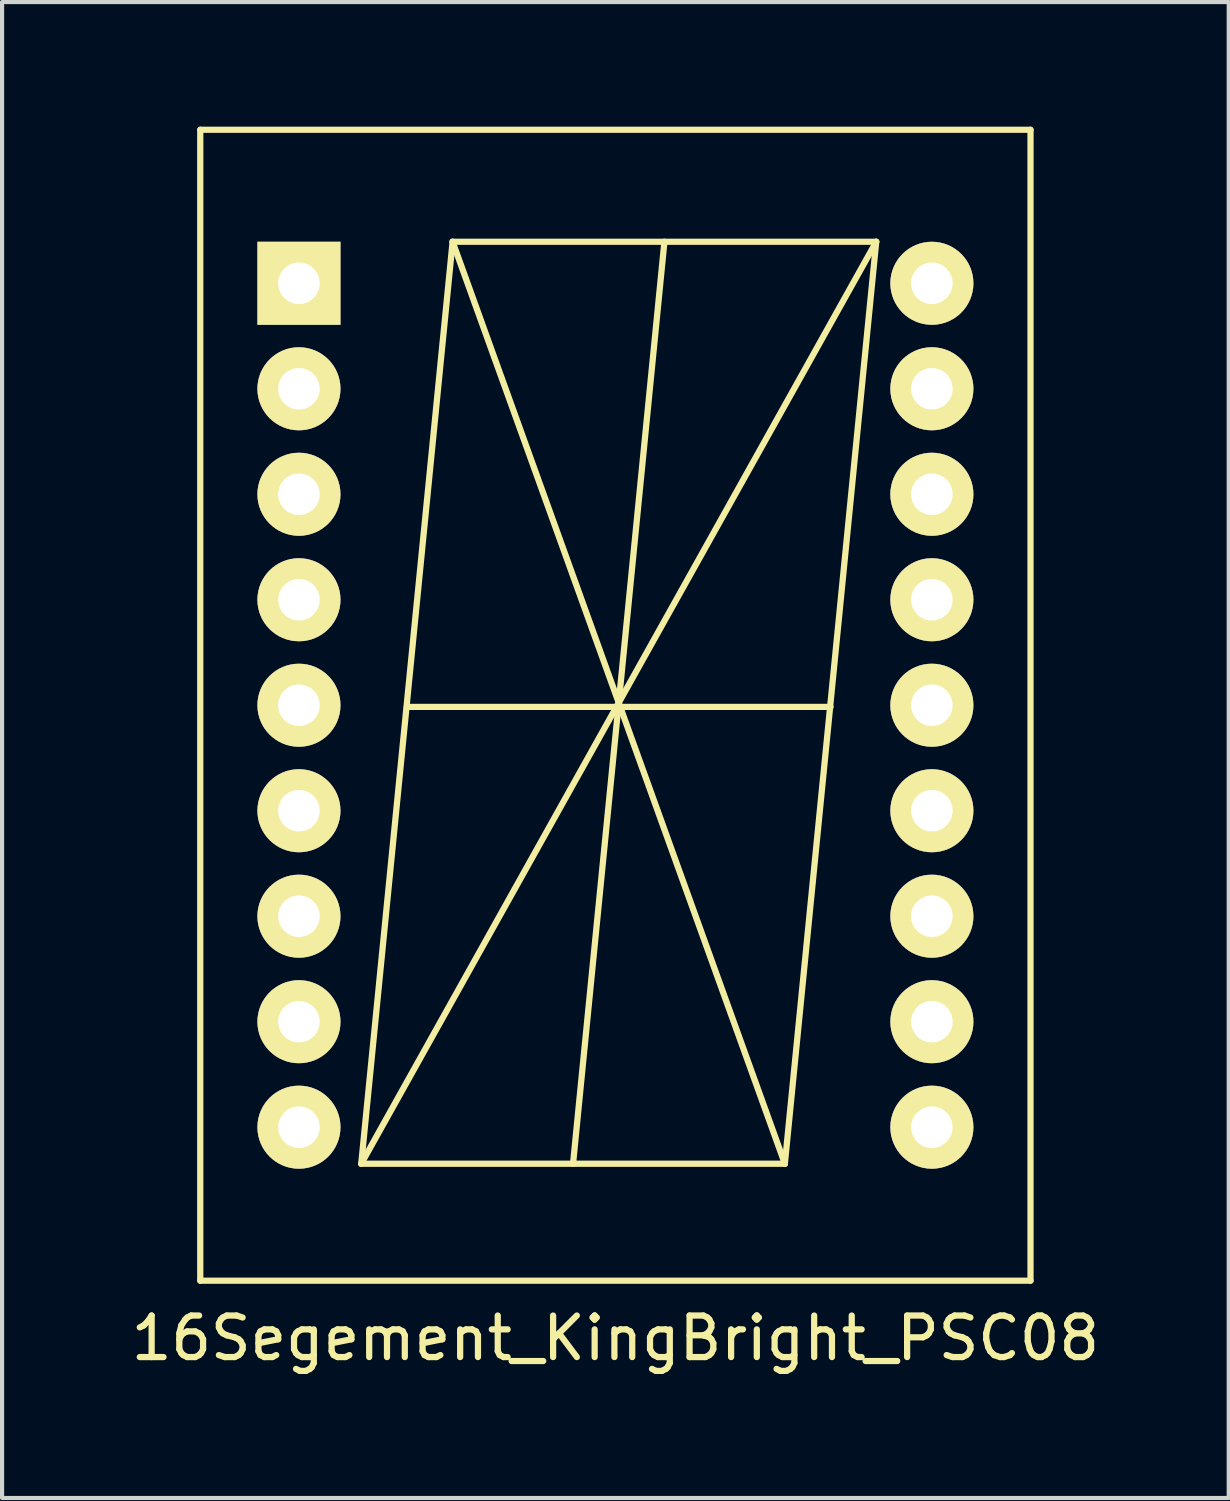
<source format=kicad_pcb>
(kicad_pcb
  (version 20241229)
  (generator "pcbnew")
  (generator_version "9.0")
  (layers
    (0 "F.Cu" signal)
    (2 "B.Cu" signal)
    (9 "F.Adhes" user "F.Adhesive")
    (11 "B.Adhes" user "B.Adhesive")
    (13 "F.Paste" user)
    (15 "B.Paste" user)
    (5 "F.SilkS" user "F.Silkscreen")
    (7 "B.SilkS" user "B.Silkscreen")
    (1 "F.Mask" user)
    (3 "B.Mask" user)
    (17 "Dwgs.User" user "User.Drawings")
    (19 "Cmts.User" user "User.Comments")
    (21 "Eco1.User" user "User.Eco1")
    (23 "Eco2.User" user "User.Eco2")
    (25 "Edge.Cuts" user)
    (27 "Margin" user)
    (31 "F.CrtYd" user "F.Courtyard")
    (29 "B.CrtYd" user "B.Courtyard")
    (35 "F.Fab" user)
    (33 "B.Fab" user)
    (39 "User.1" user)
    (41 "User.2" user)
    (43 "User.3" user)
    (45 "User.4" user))
  (footprint "16Segement_KingBright_PSC08"
    (layer "F.Cu")
    (at 4.148 3.771)
    (property "Reference" "16Segement_KingBright_PSC08" (at 7.62 25.4 0) (layer "F.SilkS") (effects (font (size 1 1) (thickness 0.15))))
    (attr through_hole)
    (fp_line (start -2.376 -3.696) (end -2.376 24.016) (stroke (width 0.15) (type solid)) (layer "F.SilkS"))
    (fp_line (start -2.375 -3.696) (end 17.615 -3.696) (stroke (width 0.15) (type solid)) (layer "F.SilkS"))
    (fp_line (start -2.375 24.016) (end 17.615 24.016) (stroke (width 0.15) (type solid)) (layer "F.SilkS"))
    (fp_line (start 1.5 21.2) (end 11.7 21.2) (stroke (width 0.15) (type solid)) (layer "F.SilkS"))
    (fp_line (start 1.5 21.2) (end 13.9 -1) (stroke (width 0.15) (type solid)) (layer "F.SilkS"))
    (fp_line (start 2.6 10.2) (end 12.8 10.2) (stroke (width 0.15) (type solid)) (layer "F.SilkS"))
    (fp_line (start 3.7 -1) (end 1.5 21.2) (stroke (width 0.15) (type solid)) (layer "F.SilkS"))
    (fp_line (start 3.7 -1) (end 11.7 21.2) (stroke (width 0.15) (type solid)) (layer "F.SilkS"))
    (fp_line (start 3.7 -1) (end 13.9 -1) (stroke (width 0.15) (type solid)) (layer "F.SilkS"))
    (fp_line (start 8.8 -1) (end 6.6 21.2) (stroke (width 0.15) (type solid)) (layer "F.SilkS"))
    (fp_line (start 11.7 21.2) (end 13.9 -1) (stroke (width 0.15) (type solid)) (layer "F.SilkS"))
    (fp_line (start 17.615 -3.696) (end 17.615 24.016) (stroke (width 0.15) (type solid)) (layer "F.SilkS"))
    (pad "1" thru_hole rect (at 0 0) (size 2 2) (drill 1) (layers "*.Cu" "*.Mask" "F.SilkS"))
    (pad "2" thru_hole circle (at 0 2.54) (size 2 2) (drill 1) (layers "*.Cu" "*.Mask" "F.SilkS"))
    (pad "3" thru_hole circle (at 0 5.08) (size 2 2) (drill 1) (layers "*.Cu" "*.Mask" "F.SilkS"))
    (pad "4" thru_hole circle (at 0 7.62) (size 2 2) (drill 1) (layers "*.Cu" "*.Mask" "F.SilkS"))
    (pad "5" thru_hole circle (at 0 10.16) (size 2 2) (drill 1) (layers "*.Cu" "*.Mask" "F.SilkS"))
    (pad "6" thru_hole circle (at 0 12.7) (size 2 2) (drill 1) (layers "*.Cu" "*.Mask" "F.SilkS"))
    (pad "7" thru_hole circle (at 0 15.24) (size 2 2) (drill 1) (layers "*.Cu" "*.Mask" "F.SilkS"))
    (pad "8" thru_hole circle (at 0 17.78) (size 2 2) (drill 1) (layers "*.Cu" "*.Mask" "F.SilkS"))
    (pad "9" thru_hole circle (at 0 20.32) (size 2 2) (drill 1) (layers "*.Cu" "*.Mask" "F.SilkS"))
    (pad "10" thru_hole circle (at 15.24 20.32) (size 2 2) (drill 1) (layers "*.Cu" "*.Mask" "F.SilkS"))
    (pad "11" thru_hole circle (at 15.24 17.78) (size 2 2) (drill 1) (layers "*.Cu" "*.Mask" "F.SilkS"))
    (pad "12" thru_hole circle (at 15.24 15.24) (size 2 2) (drill 1) (layers "*.Cu" "*.Mask" "F.SilkS"))
    (pad "13" thru_hole circle (at 15.24 12.7) (size 2 2) (drill 1) (layers "*.Cu" "*.Mask" "F.SilkS"))
    (pad "14" thru_hole circle (at 15.24 10.16) (size 2 2) (drill 1) (layers "*.Cu" "*.Mask" "F.SilkS"))
    (pad "15" thru_hole circle (at 15.24 7.62) (size 2 2) (drill 1) (layers "*.Cu" "*.Mask" "F.SilkS"))
    (pad "16" thru_hole circle (at 15.24 5.08) (size 2 2) (drill 1) (layers "*.Cu" "*.Mask" "F.SilkS"))
    (pad "17" thru_hole circle (at 15.24 2.54) (size 2 2) (drill 1) (layers "*.Cu" "*.Mask" "F.SilkS"))
    (pad "18" thru_hole circle (at 15.24 0) (size 2 2) (drill 1) (layers "*.Cu" "*.Mask" "F.SilkS")))
  (gr_rect
    (start -3 -3)
    (end 26.536 33.019)
    (stroke (width 0.1) (type default))
    (fill no)
    (layer "Edge.Cuts")))
</source>
